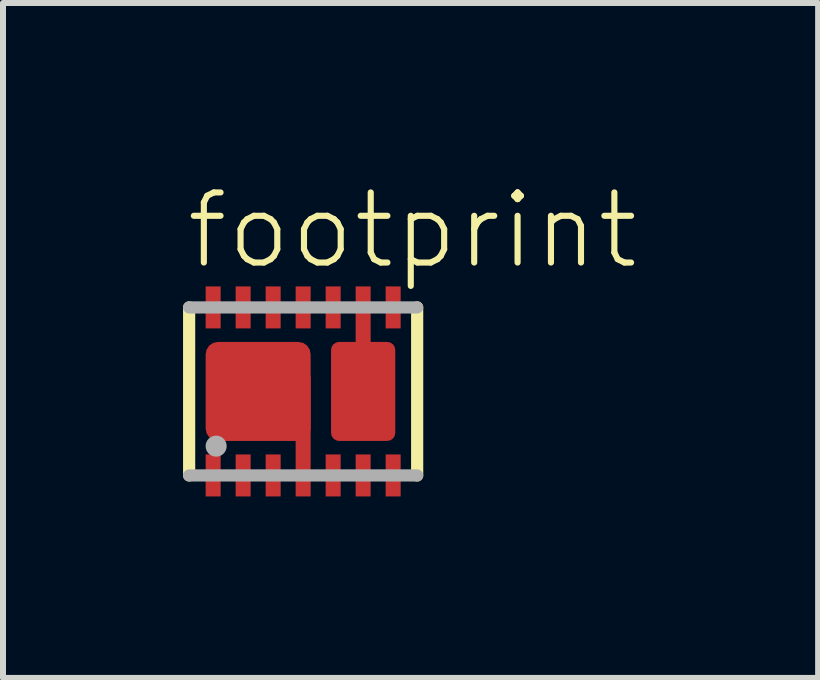
<source format=kicad_pcb>
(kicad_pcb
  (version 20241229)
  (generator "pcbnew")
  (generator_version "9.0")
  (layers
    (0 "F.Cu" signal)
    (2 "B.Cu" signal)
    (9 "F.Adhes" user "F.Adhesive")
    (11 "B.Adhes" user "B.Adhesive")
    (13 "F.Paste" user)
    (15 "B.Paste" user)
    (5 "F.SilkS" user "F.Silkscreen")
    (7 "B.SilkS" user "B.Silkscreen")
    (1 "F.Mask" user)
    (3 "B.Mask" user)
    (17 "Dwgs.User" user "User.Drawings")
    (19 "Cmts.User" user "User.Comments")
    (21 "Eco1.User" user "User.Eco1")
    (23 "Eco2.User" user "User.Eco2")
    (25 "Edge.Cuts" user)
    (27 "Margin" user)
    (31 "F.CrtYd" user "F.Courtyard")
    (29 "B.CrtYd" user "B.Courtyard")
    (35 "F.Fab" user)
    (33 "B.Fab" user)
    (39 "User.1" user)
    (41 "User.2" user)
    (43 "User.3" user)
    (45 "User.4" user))
  (footprint "footprint"
    (layer "F.Cu")
    (at 2.002 3.473)
    (property "Reference" "footprint" (at -2 -2 0) (layer "F.SilkS") (effects (font (size 1.168 1.168) (thickness 0.102)) (justify left bottom)))
    (fp_poly (pts (xy -1.65 1.775) (xy -1.35 1.775) (xy -1.35 1.025) (xy -1.65 1.025)) (stroke (width 0) (type solid)) (fill yes) (layer "F.Mask"))
    (fp_poly (pts (xy -1.625 0.825) (xy 0.125 0.825) (xy 0.125 -0.825) (xy -1.625 -0.825)) (stroke (width 0) (type solid)) (fill yes) (layer "F.Mask"))
    (fp_poly (pts (xy -1.35 -1.775) (xy -1.65 -1.775) (xy -1.65 -1.025) (xy -1.35 -1.025)) (stroke (width 0) (type solid)) (fill yes) (layer "F.Mask"))
    (fp_poly (pts (xy -1.15 1.775) (xy -0.85 1.775) (xy -0.85 1.025) (xy -1.15 1.025)) (stroke (width 0) (type solid)) (fill yes) (layer "F.Mask"))
    (fp_poly (pts (xy -0.85 -1.775) (xy -1.15 -1.775) (xy -1.15 -1.025) (xy -0.85 -1.025)) (stroke (width 0) (type solid)) (fill yes) (layer "F.Mask"))
    (fp_poly (pts (xy -0.65 1.775) (xy -0.35 1.775) (xy -0.35 1.025) (xy -0.65 1.025)) (stroke (width 0) (type solid)) (fill yes) (layer "F.Mask"))
    (fp_poly (pts (xy -0.35 -1.775) (xy -0.65 -1.775) (xy -0.65 -1.025) (xy -0.35 -1.025)) (stroke (width 0) (type solid)) (fill yes) (layer "F.Mask"))
    (fp_poly (pts (xy -0.15 1.775) (xy 0.15 1.775) (xy 0.15 1.025) (xy -0.15 1.025)) (stroke (width 0) (type solid)) (fill yes) (layer "F.Mask"))
    (fp_poly (pts (xy 0.15 -1.775) (xy -0.15 -1.775) (xy -0.15 -1.025) (xy 0.15 -1.025)) (stroke (width 0) (type solid)) (fill yes) (layer "F.Mask"))
    (fp_poly (pts (xy 0.35 1.775) (xy 0.65 1.775) (xy 0.65 1.025) (xy 0.35 1.025)) (stroke (width 0) (type solid)) (fill yes) (layer "F.Mask"))
    (fp_poly (pts (xy 0.45 0.825) (xy 1.55 0.825) (xy 1.55 -0.825) (xy 0.45 -0.825)) (stroke (width 0) (type solid)) (fill yes) (layer "F.Mask"))
    (fp_poly (pts (xy 0.65 -1.775) (xy 0.35 -1.775) (xy 0.35 -1.025) (xy 0.65 -1.025)) (stroke (width 0) (type solid)) (fill yes) (layer "F.Mask"))
    (fp_poly (pts (xy 0.85 1.775) (xy 1.15 1.775) (xy 1.15 1.025) (xy 0.85 1.025)) (stroke (width 0) (type solid)) (fill yes) (layer "F.Mask"))
    (fp_poly (pts (xy 1.15 -1.775) (xy 0.85 -1.775) (xy 0.85 -1.025) (xy 1.15 -1.025)) (stroke (width 0) (type solid)) (fill yes) (layer "F.Mask"))
    (fp_poly (pts (xy 1.35 1.775) (xy 1.65 1.775) (xy 1.65 1.025) (xy 1.35 1.025)) (stroke (width 0) (type solid)) (fill yes) (layer "F.Mask"))
    (fp_poly (pts (xy 1.65 -1.775) (xy 1.35 -1.775) (xy 1.35 -1.025) (xy 1.65 -1.025)) (stroke (width 0) (type solid)) (fill yes) (layer "F.Mask"))
    (fp_line (start -1.9 1.4) (end -1.9 -1.4) (stroke (width 0.203) (type solid)) (layer "F.SilkS"))
    (fp_line (start 1.9 -1.4) (end 1.9 1.4) (stroke (width 0.203) (type solid)) (layer "F.SilkS"))
    (fp_poly (pts (xy -1.6 1.725) (xy -1.4 1.725) (xy -1.4 1.075) (xy -1.6 1.075)) (stroke (width 0) (type solid)) (fill yes) (layer "F.Paste"))
    (fp_poly (pts (xy -1.55 0.75) (xy 0.05 0.75) (xy 0.05 -0.75) (xy -1.55 -0.75)) (stroke (width 0) (type solid)) (fill yes) (layer "F.Paste"))
    (fp_poly (pts (xy -1.4 -1.725) (xy -1.6 -1.725) (xy -1.6 -1.075) (xy -1.4 -1.075)) (stroke (width 0) (type solid)) (fill yes) (layer "F.Paste"))
    (fp_poly (pts (xy -1.1 1.725) (xy -0.9 1.725) (xy -0.9 1.075) (xy -1.1 1.075)) (stroke (width 0) (type solid)) (fill yes) (layer "F.Paste"))
    (fp_poly (pts (xy -0.9 -1.725) (xy -1.1 -1.725) (xy -1.1 -1.075) (xy -0.9 -1.075)) (stroke (width 0) (type solid)) (fill yes) (layer "F.Paste"))
    (fp_poly (pts (xy -0.6 1.725) (xy -0.4 1.725) (xy -0.4 1.075) (xy -0.6 1.075)) (stroke (width 0) (type solid)) (fill yes) (layer "F.Paste"))
    (fp_poly (pts (xy -0.4 -1.725) (xy -0.6 -1.725) (xy -0.6 -1.075) (xy -0.4 -1.075)) (stroke (width 0) (type solid)) (fill yes) (layer "F.Paste"))
    (fp_poly (pts (xy -0.1 1.725) (xy 0.1 1.725) (xy 0.1 1.075) (xy -0.1 1.075)) (stroke (width 0) (type solid)) (fill yes) (layer "F.Paste"))
    (fp_poly (pts (xy 0.1 -1.725) (xy -0.1 -1.725) (xy -0.1 -1.075) (xy 0.1 -1.075)) (stroke (width 0) (type solid)) (fill yes) (layer "F.Paste"))
    (fp_poly (pts (xy 0.4 1.725) (xy 0.6 1.725) (xy 0.6 1.075) (xy 0.4 1.075)) (stroke (width 0) (type solid)) (fill yes) (layer "F.Paste"))
    (fp_poly (pts (xy 0.525 0.75) (xy 1.475 0.75) (xy 1.475 -0.75) (xy 0.525 -0.75)) (stroke (width 0) (type solid)) (fill yes) (layer "F.Paste"))
    (fp_poly (pts (xy 0.6 -1.725) (xy 0.4 -1.725) (xy 0.4 -1.075) (xy 0.6 -1.075)) (stroke (width 0) (type solid)) (fill yes) (layer "F.Paste"))
    (fp_poly (pts (xy 0.9 1.725) (xy 1.1 1.725) (xy 1.1 1.075) (xy 0.9 1.075)) (stroke (width 0) (type solid)) (fill yes) (layer "F.Paste"))
    (fp_poly (pts (xy 1.1 -1.725) (xy 0.9 -1.725) (xy 0.9 -1.075) (xy 1.1 -1.075)) (stroke (width 0) (type solid)) (fill yes) (layer "F.Paste"))
    (fp_poly (pts (xy 1.4 1.725) (xy 1.6 1.725) (xy 1.6 1.075) (xy 1.4 1.075)) (stroke (width 0) (type solid)) (fill yes) (layer "F.Paste"))
    (fp_poly (pts (xy 1.6 -1.725) (xy 1.4 -1.725) (xy 1.4 -1.075) (xy 1.6 -1.075)) (stroke (width 0) (type solid)) (fill yes) (layer "F.Paste"))
    (fp_line (start -1.9 -1.4) (end 1.9 -1.4) (stroke (width 0.203) (type solid)) (layer "F.Fab"))
    (fp_line (start 1.9 1.4) (end -1.9 1.4) (stroke (width 0.203) (type solid)) (layer "F.Fab"))
    (fp_circle (center -1.45 0.912) (end -1.362 0.912) (stroke (width 0.175) (type solid)) (fill no) (layer "F.Fab"))
    (pad "1" smd rect (at -1.5 1.4) (size 0.25 0.7) (layers "F.Cu"))
    (pad "2" smd rect (at -1 1.4) (size 0.25 0.7) (layers "F.Cu"))
    (pad "3" smd rect (at -0.5 1.4) (size 0.25 0.7) (layers "F.Cu"))
    (pad "4" smd rect (at 0 0.75) (size 0.25 2) (layers "F.Cu"))
    (pad "4@1" smd roundrect (at -0.75 0) (size 1.75 1.65) (layers "F.Cu") (roundrect_rratio 0.125))
    (pad "5" smd rect (at 0.5 1.4) (size 0.25 0.7) (layers "F.Cu"))
    (pad "6" smd rect (at 1 1.4) (size 0.25 0.7) (layers "F.Cu"))
    (pad "7" smd rect (at 1.5 1.4) (size 0.25 0.7) (layers "F.Cu"))
    (pad "8" smd rect (at 1.5 -1.4 180) (size 0.25 0.7) (layers "F.Cu"))
    (pad "9" smd rect (at 1 -0.75 180) (size 0.25 2) (layers "F.Cu"))
    (pad "9@2" smd roundrect (at 1 0) (size 1.07 1.65) (layers "F.Cu") (roundrect_rratio 0.125))
    (pad "10" smd rect (at 0.5 -1.4 180) (size 0.25 0.7) (layers "F.Cu"))
    (pad "11" smd rect (at 0 -1.4 180) (size 0.25 0.7) (layers "F.Cu"))
    (pad "12" smd rect (at -0.5 -1.4 180) (size 0.25 0.7) (layers "F.Cu"))
    (pad "13" smd rect (at -1 -1.4 180) (size 0.25 0.7) (layers "F.Cu"))
    (pad "14" smd rect (at -1.5 -1.4 180) (size 0.25 0.7) (layers "F.Cu")))
  (gr_rect
    (start -3 -3)
    (end 10.584 8.248)
    (stroke (width 0.1) (type default))
    (fill no)
    (layer "Edge.Cuts")))
</source>
